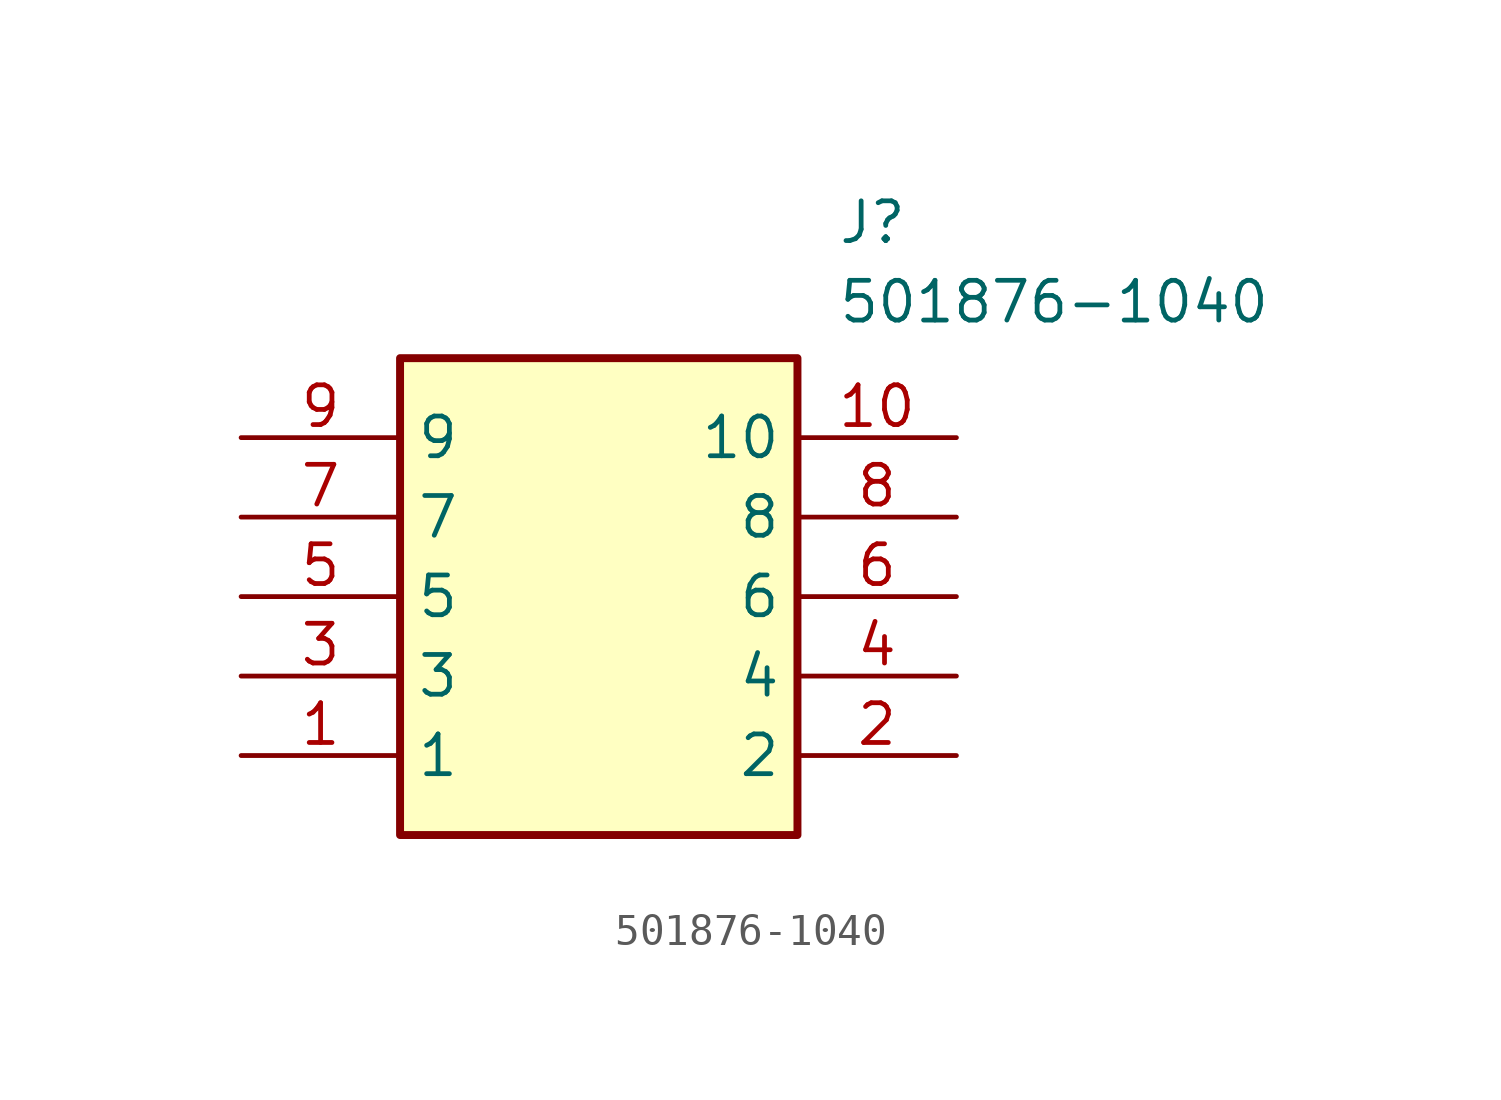
<source format=kicad_sym>
(kicad_symbol_lib
  (version 20211014)
  (generator SamacSys_ECAD_Model)
  (symbol "501876-1040"
    (property "Reference" "J"
      (at 19.05 7.62 0)
      (effects (font (size 1.27 1.27)) (justify left top)))
    (property "Value" "501876-1040"
      (at 19.05 5.08 0)
      (effects (font (size 1.27 1.27)) (justify left top)))
    (rectangle
      (start 5.08 2.54)
      (end 17.78 -12.7)
      (stroke (width 0.254) (type default))
      (fill (type background)))
    (pin passive line
      (at 0 -10.16 0)
      (length 5.08)
      (name "1" (effects (font (size 1.27 1.27))))
      (number "1" (effects (font (size 1.27 1.27)))))
    (pin passive line
      (at 22.86 -10.16 180)
      (length 5.08)
      (name "2" (effects (font (size 1.27 1.27))))
      (number "2" (effects (font (size 1.27 1.27)))))
    (pin passive line
      (at 0 -7.62 0)
      (length 5.08)
      (name "3" (effects (font (size 1.27 1.27))))
      (number "3" (effects (font (size 1.27 1.27)))))
    (pin passive line
      (at 22.86 -7.62 180)
      (length 5.08)
      (name "4" (effects (font (size 1.27 1.27))))
      (number "4" (effects (font (size 1.27 1.27)))))
    (pin passive line
      (at 0 -5.08 0)
      (length 5.08)
      (name "5" (effects (font (size 1.27 1.27))))
      (number "5" (effects (font (size 1.27 1.27)))))
    (pin passive line
      (at 22.86 -5.08 180)
      (length 5.08)
      (name "6" (effects (font (size 1.27 1.27))))
      (number "6" (effects (font (size 1.27 1.27)))))
    (pin passive line
      (at 0 -2.54 0)
      (length 5.08)
      (name "7" (effects (font (size 1.27 1.27))))
      (number "7" (effects (font (size 1.27 1.27)))))
    (pin passive line
      (at 22.86 -2.54 180)
      (length 5.08)
      (name "8" (effects (font (size 1.27 1.27))))
      (number "8" (effects (font (size 1.27 1.27)))))
    (pin passive line
      (at 0 0 0)
      (length 5.08)
      (name "9" (effects (font (size 1.27 1.27))))
      (number "9" (effects (font (size 1.27 1.27)))))
    (pin passive line
      (at 22.86 0 180)
      (length 5.08)
      (name "10" (effects (font (size 1.27 1.27))))
      (number "10" (effects (font (size 1.27 1.27)))))))
</source>
